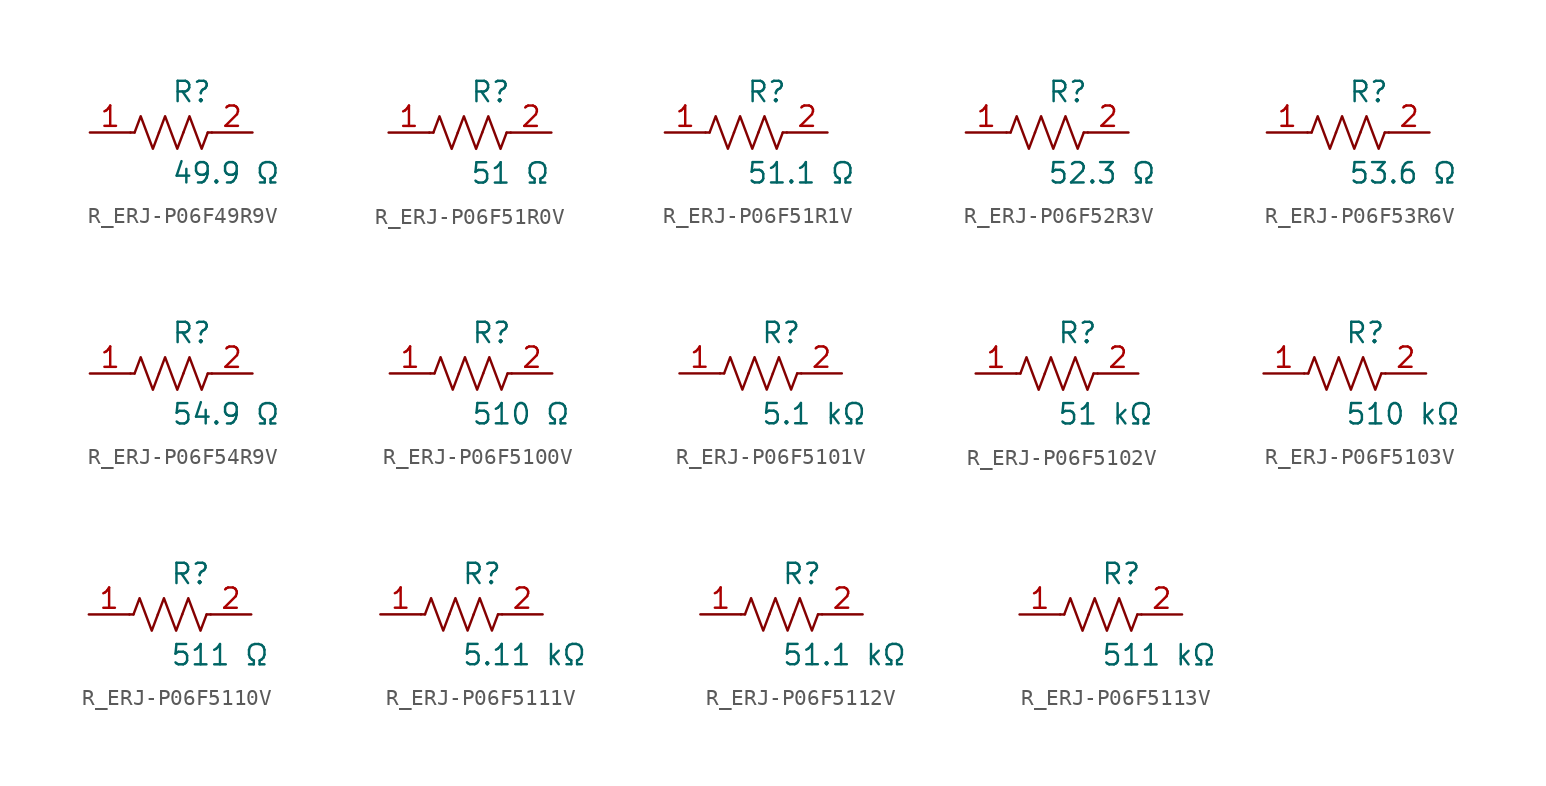
<source format=kicad_sym>
(kicad_symbol_lib
  (version 20231120)
  (generator kicad_symbol_editor)
  (generator_version 8.0)
  (symbol "R_ERJ-P06F49R9V"
    (pin_names
      (offset 0.254))
    (property "Reference" "R"
      (at 0 2.54 0)
      (effects (font (size 1.27 1.27)) (justify left)))
    (property "Value" "49.9 Ω"
      (at 0 -2.54 0)
      (effects (font (size 1.27 1.27)) (justify left)))
    (symbol "R_ERJ-P06F49R9V_0_1"
      (polyline (pts (xy 2.286 0) (xy 2.54 0)) (stroke (width 0) (type default)) (fill (type none)))
      (polyline (pts (xy -2.286 0) (xy -2.54 0)) (stroke (width 0) (type default)) (fill (type none)))
      (polyline (pts (xy 0.762 0) (xy 1.143 1.016) (xy 1.524 0) (xy 1.905 -1.016) (xy 2.286 0)) (stroke (width 0) (type default)) (fill (type none)))
      (polyline (pts (xy -0.762 0) (xy -0.381 1.016) (xy 0 0) (xy 0.381 -1.016) (xy 0.762 0)) (stroke (width 0) (type default)) (fill (type none)))
      (polyline (pts (xy -2.286 0) (xy -1.905 1.016) (xy -1.524 0) (xy -1.143 -1.016) (xy -0.762 0)) (stroke (width 0) (type default)) (fill (type none))))
    (pin passive line
      (at -5.08 0 0)
      (length 2.54)
      (name "" (effects (font (size 1.27 1.27))))
      (number "1" (effects (font (size 1.27 1.27)))))
    (pin passive line
      (at 5.08 0 180)
      (length 2.54)
      (name "" (effects (font (size 1.27 1.27))))
      (number "2" (effects (font (size 1.27 1.27))))))
  (symbol "R_ERJ-P06F51R0V"
    (pin_names
      (offset 0.254))
    (property "Reference" "R"
      (at 0 2.54 0)
      (effects (font (size 1.27 1.27)) (justify left)))
    (property "Value" "51 Ω"
      (at 0 -2.54 0)
      (effects (font (size 1.27 1.27)) (justify left)))
    (symbol "R_ERJ-P06F51R0V_0_1"
      (polyline (pts (xy 2.286 0) (xy 2.54 0)) (stroke (width 0) (type default)) (fill (type none)))
      (polyline (pts (xy -2.286 0) (xy -2.54 0)) (stroke (width 0) (type default)) (fill (type none)))
      (polyline (pts (xy 0.762 0) (xy 1.143 1.016) (xy 1.524 0) (xy 1.905 -1.016) (xy 2.286 0)) (stroke (width 0) (type default)) (fill (type none)))
      (polyline (pts (xy -0.762 0) (xy -0.381 1.016) (xy 0 0) (xy 0.381 -1.016) (xy 0.762 0)) (stroke (width 0) (type default)) (fill (type none)))
      (polyline (pts (xy -2.286 0) (xy -1.905 1.016) (xy -1.524 0) (xy -1.143 -1.016) (xy -0.762 0)) (stroke (width 0) (type default)) (fill (type none))))
    (pin passive line
      (at -5.08 0 0)
      (length 2.54)
      (name "" (effects (font (size 1.27 1.27))))
      (number "1" (effects (font (size 1.27 1.27)))))
    (pin passive line
      (at 5.08 0 180)
      (length 2.54)
      (name "" (effects (font (size 1.27 1.27))))
      (number "2" (effects (font (size 1.27 1.27))))))
  (symbol "R_ERJ-P06F51R1V"
    (pin_names
      (offset 0.254))
    (property "Reference" "R"
      (at 0 2.54 0)
      (effects (font (size 1.27 1.27)) (justify left)))
    (property "Value" "51.1 Ω"
      (at 0 -2.54 0)
      (effects (font (size 1.27 1.27)) (justify left)))
    (symbol "R_ERJ-P06F51R1V_0_1"
      (polyline (pts (xy 2.286 0) (xy 2.54 0)) (stroke (width 0) (type default)) (fill (type none)))
      (polyline (pts (xy -2.286 0) (xy -2.54 0)) (stroke (width 0) (type default)) (fill (type none)))
      (polyline (pts (xy 0.762 0) (xy 1.143 1.016) (xy 1.524 0) (xy 1.905 -1.016) (xy 2.286 0)) (stroke (width 0) (type default)) (fill (type none)))
      (polyline (pts (xy -0.762 0) (xy -0.381 1.016) (xy 0 0) (xy 0.381 -1.016) (xy 0.762 0)) (stroke (width 0) (type default)) (fill (type none)))
      (polyline (pts (xy -2.286 0) (xy -1.905 1.016) (xy -1.524 0) (xy -1.143 -1.016) (xy -0.762 0)) (stroke (width 0) (type default)) (fill (type none))))
    (pin passive line
      (at -5.08 0 0)
      (length 2.54)
      (name "" (effects (font (size 1.27 1.27))))
      (number "1" (effects (font (size 1.27 1.27)))))
    (pin passive line
      (at 5.08 0 180)
      (length 2.54)
      (name "" (effects (font (size 1.27 1.27))))
      (number "2" (effects (font (size 1.27 1.27))))))
  (symbol "R_ERJ-P06F52R3V"
    (pin_names
      (offset 0.254))
    (property "Reference" "R"
      (at 0 2.54 0)
      (effects (font (size 1.27 1.27)) (justify left)))
    (property "Value" "52.3 Ω"
      (at 0 -2.54 0)
      (effects (font (size 1.27 1.27)) (justify left)))
    (symbol "R_ERJ-P06F52R3V_0_1"
      (polyline (pts (xy 2.286 0) (xy 2.54 0)) (stroke (width 0) (type default)) (fill (type none)))
      (polyline (pts (xy -2.286 0) (xy -2.54 0)) (stroke (width 0) (type default)) (fill (type none)))
      (polyline (pts (xy 0.762 0) (xy 1.143 1.016) (xy 1.524 0) (xy 1.905 -1.016) (xy 2.286 0)) (stroke (width 0) (type default)) (fill (type none)))
      (polyline (pts (xy -0.762 0) (xy -0.381 1.016) (xy 0 0) (xy 0.381 -1.016) (xy 0.762 0)) (stroke (width 0) (type default)) (fill (type none)))
      (polyline (pts (xy -2.286 0) (xy -1.905 1.016) (xy -1.524 0) (xy -1.143 -1.016) (xy -0.762 0)) (stroke (width 0) (type default)) (fill (type none))))
    (pin passive line
      (at -5.08 0 0)
      (length 2.54)
      (name "" (effects (font (size 1.27 1.27))))
      (number "1" (effects (font (size 1.27 1.27)))))
    (pin passive line
      (at 5.08 0 180)
      (length 2.54)
      (name "" (effects (font (size 1.27 1.27))))
      (number "2" (effects (font (size 1.27 1.27))))))
  (symbol "R_ERJ-P06F53R6V"
    (pin_names
      (offset 0.254))
    (property "Reference" "R"
      (at 0 2.54 0)
      (effects (font (size 1.27 1.27)) (justify left)))
    (property "Value" "53.6 Ω"
      (at 0 -2.54 0)
      (effects (font (size 1.27 1.27)) (justify left)))
    (symbol "R_ERJ-P06F53R6V_0_1"
      (polyline (pts (xy 2.286 0) (xy 2.54 0)) (stroke (width 0) (type default)) (fill (type none)))
      (polyline (pts (xy -2.286 0) (xy -2.54 0)) (stroke (width 0) (type default)) (fill (type none)))
      (polyline (pts (xy 0.762 0) (xy 1.143 1.016) (xy 1.524 0) (xy 1.905 -1.016) (xy 2.286 0)) (stroke (width 0) (type default)) (fill (type none)))
      (polyline (pts (xy -0.762 0) (xy -0.381 1.016) (xy 0 0) (xy 0.381 -1.016) (xy 0.762 0)) (stroke (width 0) (type default)) (fill (type none)))
      (polyline (pts (xy -2.286 0) (xy -1.905 1.016) (xy -1.524 0) (xy -1.143 -1.016) (xy -0.762 0)) (stroke (width 0) (type default)) (fill (type none))))
    (pin passive line
      (at -5.08 0 0)
      (length 2.54)
      (name "" (effects (font (size 1.27 1.27))))
      (number "1" (effects (font (size 1.27 1.27)))))
    (pin passive line
      (at 5.08 0 180)
      (length 2.54)
      (name "" (effects (font (size 1.27 1.27))))
      (number "2" (effects (font (size 1.27 1.27))))))
  (symbol "R_ERJ-P06F54R9V"
    (pin_names
      (offset 0.254))
    (property "Reference" "R"
      (at 0 2.54 0)
      (effects (font (size 1.27 1.27)) (justify left)))
    (property "Value" "54.9 Ω"
      (at 0 -2.54 0)
      (effects (font (size 1.27 1.27)) (justify left)))
    (symbol "R_ERJ-P06F54R9V_0_1"
      (polyline (pts (xy 2.286 0) (xy 2.54 0)) (stroke (width 0) (type default)) (fill (type none)))
      (polyline (pts (xy -2.286 0) (xy -2.54 0)) (stroke (width 0) (type default)) (fill (type none)))
      (polyline (pts (xy 0.762 0) (xy 1.143 1.016) (xy 1.524 0) (xy 1.905 -1.016) (xy 2.286 0)) (stroke (width 0) (type default)) (fill (type none)))
      (polyline (pts (xy -0.762 0) (xy -0.381 1.016) (xy 0 0) (xy 0.381 -1.016) (xy 0.762 0)) (stroke (width 0) (type default)) (fill (type none)))
      (polyline (pts (xy -2.286 0) (xy -1.905 1.016) (xy -1.524 0) (xy -1.143 -1.016) (xy -0.762 0)) (stroke (width 0) (type default)) (fill (type none))))
    (pin passive line
      (at -5.08 0 0)
      (length 2.54)
      (name "" (effects (font (size 1.27 1.27))))
      (number "1" (effects (font (size 1.27 1.27)))))
    (pin passive line
      (at 5.08 0 180)
      (length 2.54)
      (name "" (effects (font (size 1.27 1.27))))
      (number "2" (effects (font (size 1.27 1.27))))))
  (symbol "R_ERJ-P06F5100V"
    (pin_names
      (offset 0.254))
    (property "Reference" "R"
      (at 0 2.54 0)
      (effects (font (size 1.27 1.27)) (justify left)))
    (property "Value" "510 Ω"
      (at 0 -2.54 0)
      (effects (font (size 1.27 1.27)) (justify left)))
    (symbol "R_ERJ-P06F5100V_0_1"
      (polyline (pts (xy 2.286 0) (xy 2.54 0)) (stroke (width 0) (type default)) (fill (type none)))
      (polyline (pts (xy -2.286 0) (xy -2.54 0)) (stroke (width 0) (type default)) (fill (type none)))
      (polyline (pts (xy 0.762 0) (xy 1.143 1.016) (xy 1.524 0) (xy 1.905 -1.016) (xy 2.286 0)) (stroke (width 0) (type default)) (fill (type none)))
      (polyline (pts (xy -0.762 0) (xy -0.381 1.016) (xy 0 0) (xy 0.381 -1.016) (xy 0.762 0)) (stroke (width 0) (type default)) (fill (type none)))
      (polyline (pts (xy -2.286 0) (xy -1.905 1.016) (xy -1.524 0) (xy -1.143 -1.016) (xy -0.762 0)) (stroke (width 0) (type default)) (fill (type none))))
    (pin passive line
      (at -5.08 0 0)
      (length 2.54)
      (name "" (effects (font (size 1.27 1.27))))
      (number "1" (effects (font (size 1.27 1.27)))))
    (pin passive line
      (at 5.08 0 180)
      (length 2.54)
      (name "" (effects (font (size 1.27 1.27))))
      (number "2" (effects (font (size 1.27 1.27))))))
  (symbol "R_ERJ-P06F5101V"
    (pin_names
      (offset 0.254))
    (property "Reference" "R"
      (at 0 2.54 0)
      (effects (font (size 1.27 1.27)) (justify left)))
    (property "Value" "5.1 kΩ"
      (at 0 -2.54 0)
      (effects (font (size 1.27 1.27)) (justify left)))
    (symbol "R_ERJ-P06F5101V_0_1"
      (polyline (pts (xy 2.286 0) (xy 2.54 0)) (stroke (width 0) (type default)) (fill (type none)))
      (polyline (pts (xy -2.286 0) (xy -2.54 0)) (stroke (width 0) (type default)) (fill (type none)))
      (polyline (pts (xy 0.762 0) (xy 1.143 1.016) (xy 1.524 0) (xy 1.905 -1.016) (xy 2.286 0)) (stroke (width 0) (type default)) (fill (type none)))
      (polyline (pts (xy -0.762 0) (xy -0.381 1.016) (xy 0 0) (xy 0.381 -1.016) (xy 0.762 0)) (stroke (width 0) (type default)) (fill (type none)))
      (polyline (pts (xy -2.286 0) (xy -1.905 1.016) (xy -1.524 0) (xy -1.143 -1.016) (xy -0.762 0)) (stroke (width 0) (type default)) (fill (type none))))
    (pin passive line
      (at -5.08 0 0)
      (length 2.54)
      (name "" (effects (font (size 1.27 1.27))))
      (number "1" (effects (font (size 1.27 1.27)))))
    (pin passive line
      (at 5.08 0 180)
      (length 2.54)
      (name "" (effects (font (size 1.27 1.27))))
      (number "2" (effects (font (size 1.27 1.27))))))
  (symbol "R_ERJ-P06F5102V"
    (pin_names
      (offset 0.254))
    (property "Reference" "R"
      (at 0 2.54 0)
      (effects (font (size 1.27 1.27)) (justify left)))
    (property "Value" "51 kΩ"
      (at 0 -2.54 0)
      (effects (font (size 1.27 1.27)) (justify left)))
    (symbol "R_ERJ-P06F5102V_0_1"
      (polyline (pts (xy 2.286 0) (xy 2.54 0)) (stroke (width 0) (type default)) (fill (type none)))
      (polyline (pts (xy -2.286 0) (xy -2.54 0)) (stroke (width 0) (type default)) (fill (type none)))
      (polyline (pts (xy 0.762 0) (xy 1.143 1.016) (xy 1.524 0) (xy 1.905 -1.016) (xy 2.286 0)) (stroke (width 0) (type default)) (fill (type none)))
      (polyline (pts (xy -0.762 0) (xy -0.381 1.016) (xy 0 0) (xy 0.381 -1.016) (xy 0.762 0)) (stroke (width 0) (type default)) (fill (type none)))
      (polyline (pts (xy -2.286 0) (xy -1.905 1.016) (xy -1.524 0) (xy -1.143 -1.016) (xy -0.762 0)) (stroke (width 0) (type default)) (fill (type none))))
    (pin passive line
      (at -5.08 0 0)
      (length 2.54)
      (name "" (effects (font (size 1.27 1.27))))
      (number "1" (effects (font (size 1.27 1.27)))))
    (pin passive line
      (at 5.08 0 180)
      (length 2.54)
      (name "" (effects (font (size 1.27 1.27))))
      (number "2" (effects (font (size 1.27 1.27))))))
  (symbol "R_ERJ-P06F5103V"
    (pin_names
      (offset 0.254))
    (property "Reference" "R"
      (at 0 2.54 0)
      (effects (font (size 1.27 1.27)) (justify left)))
    (property "Value" "510 kΩ"
      (at 0 -2.54 0)
      (effects (font (size 1.27 1.27)) (justify left)))
    (symbol "R_ERJ-P06F5103V_0_1"
      (polyline (pts (xy 2.286 0) (xy 2.54 0)) (stroke (width 0) (type default)) (fill (type none)))
      (polyline (pts (xy -2.286 0) (xy -2.54 0)) (stroke (width 0) (type default)) (fill (type none)))
      (polyline (pts (xy 0.762 0) (xy 1.143 1.016) (xy 1.524 0) (xy 1.905 -1.016) (xy 2.286 0)) (stroke (width 0) (type default)) (fill (type none)))
      (polyline (pts (xy -0.762 0) (xy -0.381 1.016) (xy 0 0) (xy 0.381 -1.016) (xy 0.762 0)) (stroke (width 0) (type default)) (fill (type none)))
      (polyline (pts (xy -2.286 0) (xy -1.905 1.016) (xy -1.524 0) (xy -1.143 -1.016) (xy -0.762 0)) (stroke (width 0) (type default)) (fill (type none))))
    (pin passive line
      (at -5.08 0 0)
      (length 2.54)
      (name "" (effects (font (size 1.27 1.27))))
      (number "1" (effects (font (size 1.27 1.27)))))
    (pin passive line
      (at 5.08 0 180)
      (length 2.54)
      (name "" (effects (font (size 1.27 1.27))))
      (number "2" (effects (font (size 1.27 1.27))))))
  (symbol "R_ERJ-P06F5110V"
    (pin_names
      (offset 0.254))
    (property "Reference" "R"
      (at 0 2.54 0)
      (effects (font (size 1.27 1.27)) (justify left)))
    (property "Value" "511 Ω"
      (at 0 -2.54 0)
      (effects (font (size 1.27 1.27)) (justify left)))
    (symbol "R_ERJ-P06F5110V_0_1"
      (polyline (pts (xy 2.286 0) (xy 2.54 0)) (stroke (width 0) (type default)) (fill (type none)))
      (polyline (pts (xy -2.286 0) (xy -2.54 0)) (stroke (width 0) (type default)) (fill (type none)))
      (polyline (pts (xy 0.762 0) (xy 1.143 1.016) (xy 1.524 0) (xy 1.905 -1.016) (xy 2.286 0)) (stroke (width 0) (type default)) (fill (type none)))
      (polyline (pts (xy -0.762 0) (xy -0.381 1.016) (xy 0 0) (xy 0.381 -1.016) (xy 0.762 0)) (stroke (width 0) (type default)) (fill (type none)))
      (polyline (pts (xy -2.286 0) (xy -1.905 1.016) (xy -1.524 0) (xy -1.143 -1.016) (xy -0.762 0)) (stroke (width 0) (type default)) (fill (type none))))
    (pin passive line
      (at -5.08 0 0)
      (length 2.54)
      (name "" (effects (font (size 1.27 1.27))))
      (number "1" (effects (font (size 1.27 1.27)))))
    (pin passive line
      (at 5.08 0 180)
      (length 2.54)
      (name "" (effects (font (size 1.27 1.27))))
      (number "2" (effects (font (size 1.27 1.27))))))
  (symbol "R_ERJ-P06F5111V"
    (pin_names
      (offset 0.254))
    (property "Reference" "R"
      (at 0 2.54 0)
      (effects (font (size 1.27 1.27)) (justify left)))
    (property "Value" "5.11 kΩ"
      (at 0 -2.54 0)
      (effects (font (size 1.27 1.27)) (justify left)))
    (symbol "R_ERJ-P06F5111V_0_1"
      (polyline (pts (xy 2.286 0) (xy 2.54 0)) (stroke (width 0) (type default)) (fill (type none)))
      (polyline (pts (xy -2.286 0) (xy -2.54 0)) (stroke (width 0) (type default)) (fill (type none)))
      (polyline (pts (xy 0.762 0) (xy 1.143 1.016) (xy 1.524 0) (xy 1.905 -1.016) (xy 2.286 0)) (stroke (width 0) (type default)) (fill (type none)))
      (polyline (pts (xy -0.762 0) (xy -0.381 1.016) (xy 0 0) (xy 0.381 -1.016) (xy 0.762 0)) (stroke (width 0) (type default)) (fill (type none)))
      (polyline (pts (xy -2.286 0) (xy -1.905 1.016) (xy -1.524 0) (xy -1.143 -1.016) (xy -0.762 0)) (stroke (width 0) (type default)) (fill (type none))))
    (pin passive line
      (at -5.08 0 0)
      (length 2.54)
      (name "" (effects (font (size 1.27 1.27))))
      (number "1" (effects (font (size 1.27 1.27)))))
    (pin passive line
      (at 5.08 0 180)
      (length 2.54)
      (name "" (effects (font (size 1.27 1.27))))
      (number "2" (effects (font (size 1.27 1.27))))))
  (symbol "R_ERJ-P06F5112V"
    (pin_names
      (offset 0.254))
    (property "Reference" "R"
      (at 0 2.54 0)
      (effects (font (size 1.27 1.27)) (justify left)))
    (property "Value" "51.1 kΩ"
      (at 0 -2.54 0)
      (effects (font (size 1.27 1.27)) (justify left)))
    (symbol "R_ERJ-P06F5112V_0_1"
      (polyline (pts (xy 2.286 0) (xy 2.54 0)) (stroke (width 0) (type default)) (fill (type none)))
      (polyline (pts (xy -2.286 0) (xy -2.54 0)) (stroke (width 0) (type default)) (fill (type none)))
      (polyline (pts (xy 0.762 0) (xy 1.143 1.016) (xy 1.524 0) (xy 1.905 -1.016) (xy 2.286 0)) (stroke (width 0) (type default)) (fill (type none)))
      (polyline (pts (xy -0.762 0) (xy -0.381 1.016) (xy 0 0) (xy 0.381 -1.016) (xy 0.762 0)) (stroke (width 0) (type default)) (fill (type none)))
      (polyline (pts (xy -2.286 0) (xy -1.905 1.016) (xy -1.524 0) (xy -1.143 -1.016) (xy -0.762 0)) (stroke (width 0) (type default)) (fill (type none))))
    (pin passive line
      (at -5.08 0 0)
      (length 2.54)
      (name "" (effects (font (size 1.27 1.27))))
      (number "1" (effects (font (size 1.27 1.27)))))
    (pin passive line
      (at 5.08 0 180)
      (length 2.54)
      (name "" (effects (font (size 1.27 1.27))))
      (number "2" (effects (font (size 1.27 1.27))))))
  (symbol "R_ERJ-P06F5113V"
    (pin_names
      (offset 0.254))
    (property "Reference" "R"
      (at 0 2.54 0)
      (effects (font (size 1.27 1.27)) (justify left)))
    (property "Value" "511 kΩ"
      (at 0 -2.54 0)
      (effects (font (size 1.27 1.27)) (justify left)))
    (symbol "R_ERJ-P06F5113V_0_1"
      (polyline (pts (xy 2.286 0) (xy 2.54 0)) (stroke (width 0) (type default)) (fill (type none)))
      (polyline (pts (xy -2.286 0) (xy -2.54 0)) (stroke (width 0) (type default)) (fill (type none)))
      (polyline (pts (xy 0.762 0) (xy 1.143 1.016) (xy 1.524 0) (xy 1.905 -1.016) (xy 2.286 0)) (stroke (width 0) (type default)) (fill (type none)))
      (polyline (pts (xy -0.762 0) (xy -0.381 1.016) (xy 0 0) (xy 0.381 -1.016) (xy 0.762 0)) (stroke (width 0) (type default)) (fill (type none)))
      (polyline (pts (xy -2.286 0) (xy -1.905 1.016) (xy -1.524 0) (xy -1.143 -1.016) (xy -0.762 0)) (stroke (width 0) (type default)) (fill (type none))))
    (pin passive line
      (at -5.08 0 0)
      (length 2.54)
      (name "" (effects (font (size 1.27 1.27))))
      (number "1" (effects (font (size 1.27 1.27)))))
    (pin passive line
      (at 5.08 0 180)
      (length 2.54)
      (name "" (effects (font (size 1.27 1.27))))
      (number "2" (effects (font (size 1.27 1.27)))))))
</source>
